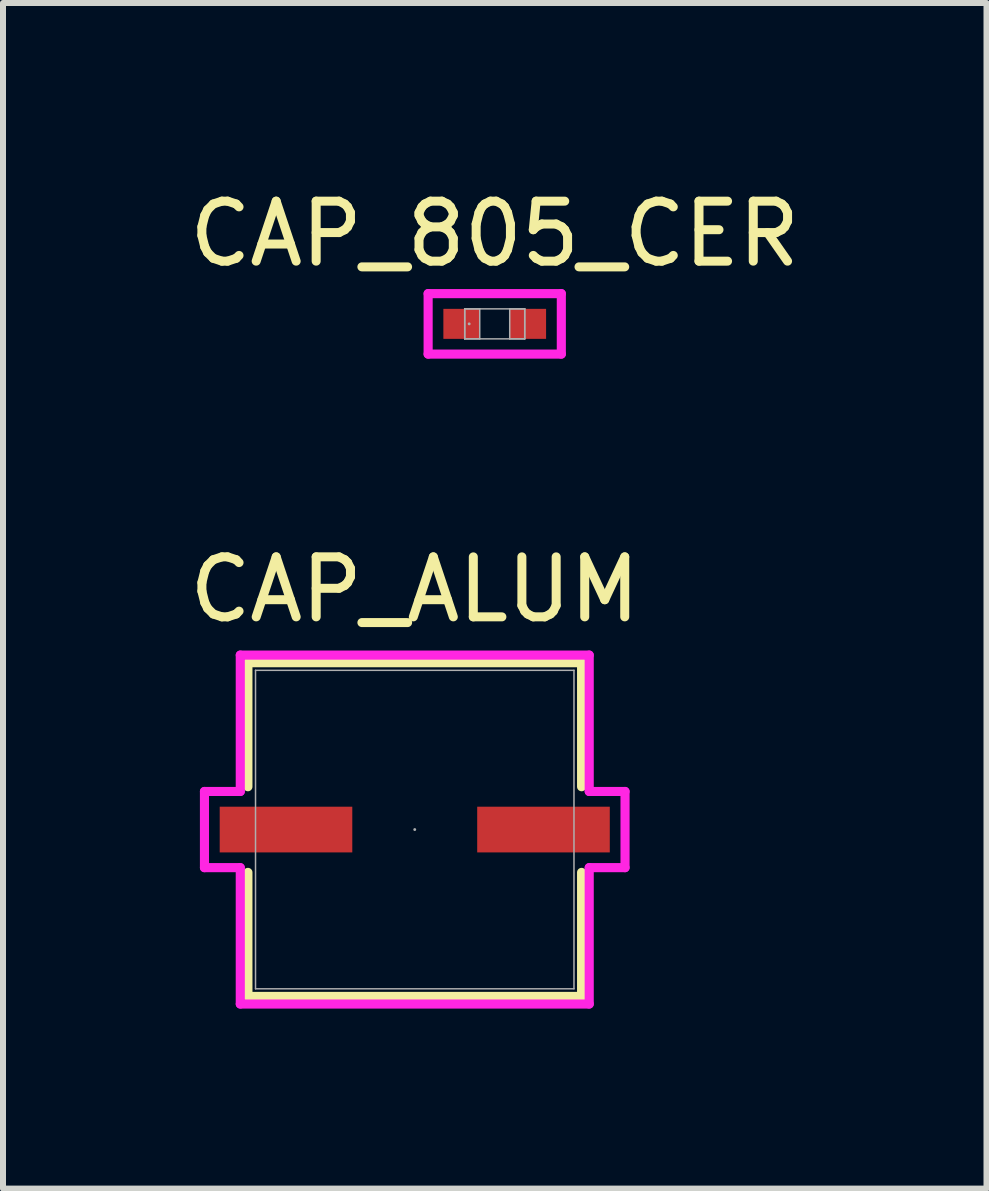
<source format=kicad_pcb>
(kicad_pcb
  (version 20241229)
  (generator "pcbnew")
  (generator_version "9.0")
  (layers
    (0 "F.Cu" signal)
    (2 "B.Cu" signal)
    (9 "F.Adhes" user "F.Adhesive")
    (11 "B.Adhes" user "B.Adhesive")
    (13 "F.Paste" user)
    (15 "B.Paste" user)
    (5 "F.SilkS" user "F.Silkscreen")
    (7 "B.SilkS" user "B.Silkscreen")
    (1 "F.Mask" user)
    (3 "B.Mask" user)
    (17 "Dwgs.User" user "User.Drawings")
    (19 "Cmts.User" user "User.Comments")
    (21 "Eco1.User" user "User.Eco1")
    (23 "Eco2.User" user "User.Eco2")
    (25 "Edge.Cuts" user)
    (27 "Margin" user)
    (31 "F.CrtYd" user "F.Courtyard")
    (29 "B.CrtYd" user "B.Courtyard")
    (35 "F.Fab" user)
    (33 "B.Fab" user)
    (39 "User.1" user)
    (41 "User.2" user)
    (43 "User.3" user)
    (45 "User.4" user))
  (footprint "CAP_ALUM"
    (layer "F.Cu")
    (at 3.863 10.777)
    (property "Reference" "CAP_ALUM" (at 0 -4 0) (unlocked yes) (layer "F.SilkS") (effects (font (size 1 1) (thickness 0.15))))
    (attr smd)
    (fp_line (start -2.781 -2.781) (end -2.781 -0.714) (stroke (width 0.152) (type solid)) (layer "F.SilkS"))
    (fp_line (start -2.781 0.714) (end -2.781 2.781) (stroke (width 0.152) (type solid)) (layer "F.SilkS"))
    (fp_line (start -2.781 2.781) (end 2.781 2.781) (stroke (width 0.152) (type solid)) (layer "F.SilkS"))
    (fp_line (start 2.781 -2.781) (end -2.781 -2.781) (stroke (width 0.152) (type solid)) (layer "F.SilkS"))
    (fp_line (start 2.781 -0.714) (end 2.781 -2.781) (stroke (width 0.152) (type solid)) (layer "F.SilkS"))
    (fp_line (start 2.781 2.781) (end 2.781 0.714) (stroke (width 0.152) (type solid)) (layer "F.SilkS"))
    (fp_line (start -3.505 -0.635) (end -2.908 -0.635) (stroke (width 0.152) (type solid)) (layer "F.CrtYd"))
    (fp_line (start -3.505 0.635) (end -3.505 -0.635) (stroke (width 0.152) (type solid)) (layer "F.CrtYd"))
    (fp_line (start -3.505 0.635) (end -2.908 0.635) (stroke (width 0.152) (type solid)) (layer "F.CrtYd"))
    (fp_line (start -2.908 -2.908) (end 2.908 -2.908) (stroke (width 0.152) (type solid)) (layer "F.CrtYd"))
    (fp_line (start -2.908 -0.635) (end -2.908 -2.908) (stroke (width 0.152) (type solid)) (layer "F.CrtYd"))
    (fp_line (start -2.908 2.908) (end -2.908 0.635) (stroke (width 0.152) (type solid)) (layer "F.CrtYd"))
    (fp_line (start 2.908 -2.908) (end 2.908 -0.635) (stroke (width 0.152) (type solid)) (layer "F.CrtYd"))
    (fp_line (start 2.908 0.635) (end 2.908 2.908) (stroke (width 0.152) (type solid)) (layer "F.CrtYd"))
    (fp_line (start 2.908 2.908) (end -2.908 2.908) (stroke (width 0.152) (type solid)) (layer "F.CrtYd"))
    (fp_line (start 3.505 -0.635) (end 2.908 -0.635) (stroke (width 0.152) (type solid)) (layer "F.CrtYd"))
    (fp_line (start 3.505 -0.635) (end 3.505 0.635) (stroke (width 0.152) (type solid)) (layer "F.CrtYd"))
    (fp_line (start 3.505 0.635) (end 2.908 0.635) (stroke (width 0.152) (type solid)) (layer "F.CrtYd"))
    (fp_line (start -2.654 -2.654) (end -2.654 2.654) (stroke (width 0.025) (type solid)) (layer "F.Fab"))
    (fp_line (start -2.654 2.654) (end 2.654 2.654) (stroke (width 0.025) (type solid)) (layer "F.Fab"))
    (fp_line (start 2.654 -2.654) (end -2.654 -2.654) (stroke (width 0.025) (type solid)) (layer "F.Fab"))
    (fp_line (start 2.654 2.654) (end 2.654 -2.654) (stroke (width 0.025) (type solid)) (layer "F.Fab"))
    (fp_circle (center 0 0) (end 0 0) (stroke (width 0.025) (type solid)) (fill no) (layer "F.Fab"))
    (pad "1" smd rect (at -2.146 0) (size 2.21 0.762) (layers "F.Cu" "F.Mask" "F.Paste"))
    (pad "2" smd rect (at 2.146 0) (size 2.21 0.762) (layers "F.Cu" "F.Mask" "F.Paste")))
  (footprint "CAP_805_CER"
    (layer "F.Cu")
    (at 5.196 2.348)
    (property "Reference" "CAP_805_CER" (at 0 -1.5 0) (unlocked yes) (layer "F.SilkS") (effects (font (size 1 1) (thickness 0.15))))
    (attr smd)
    (fp_line (start -1.11 -0.504) (end 1.11 -0.504) (stroke (width 0.152) (type solid)) (layer "F.CrtYd"))
    (fp_line (start -1.11 0.504) (end -1.11 -0.504) (stroke (width 0.152) (type solid)) (layer "F.CrtYd"))
    (fp_line (start 1.11 -0.504) (end 1.11 0.504) (stroke (width 0.152) (type solid)) (layer "F.CrtYd"))
    (fp_line (start 1.11 0.504) (end -1.11 0.504) (stroke (width 0.152) (type solid)) (layer "F.CrtYd"))
    (fp_line (start -0.5 -0.25) (end -0.5 0.25) (stroke (width 0.025) (type solid)) (layer "F.Fab"))
    (fp_line (start -0.5 -0.25) (end -0.5 0.25) (stroke (width 0.025) (type solid)) (layer "F.Fab"))
    (fp_line (start -0.5 0.25) (end -0.25 0.25) (stroke (width 0.025) (type solid)) (layer "F.Fab"))
    (fp_line (start -0.5 0.25) (end 0.5 0.25) (stroke (width 0.025) (type solid)) (layer "F.Fab"))
    (fp_line (start -0.25 -0.25) (end -0.5 -0.25) (stroke (width 0.025) (type solid)) (layer "F.Fab"))
    (fp_line (start -0.25 0.25) (end -0.25 -0.25) (stroke (width 0.025) (type solid)) (layer "F.Fab"))
    (fp_line (start 0.25 -0.25) (end 0.25 0.25) (stroke (width 0.025) (type solid)) (layer "F.Fab"))
    (fp_line (start 0.25 0.25) (end 0.5 0.25) (stroke (width 0.025) (type solid)) (layer "F.Fab"))
    (fp_line (start 0.5 -0.25) (end -0.5 -0.25) (stroke (width 0.025) (type solid)) (layer "F.Fab"))
    (fp_line (start 0.5 -0.25) (end 0.25 -0.25) (stroke (width 0.025) (type solid)) (layer "F.Fab"))
    (fp_line (start 0.5 0.25) (end 0.5 -0.25) (stroke (width 0.025) (type solid)) (layer "F.Fab"))
    (fp_line (start 0.5 0.25) (end 0.5 -0.25) (stroke (width 0.025) (type solid)) (layer "F.Fab"))
    (fp_circle (center -0.426 0) (end -0.426 0) (stroke (width 0.025) (type solid)) (fill no) (layer "F.Fab"))
    (pad "1" smd rect (at -0.553 0) (size 0.606 0.5) (layers "F.Cu" "F.Mask" "F.Paste"))
    (pad "2" smd rect (at 0.553 0) (size 0.606 0.5) (layers "F.Cu" "F.Mask" "F.Paste"))
    (zone (net_name "") (layer "F.Cu") (hatch full 0.508) (connect_pads) (min_thickness 0.254) (filled_areas_thickness no) (keepout (tracks not_allowed) (vias not_allowed) (pads allowed) (copperpour not_allowed) (footprints allowed)) (placement (enabled no)) (fill) (polygon (pts (xy 4.997 2.149) (xy 5.396 2.149) (xy 5.396 2.547) (xy 4.997 2.547)))))
  (gr_rect
    (start -3 -3)
    (end 13.393 16.761)
    (stroke (width 0.1) (type default))
    (fill no)
    (layer "Edge.Cuts")))
</source>
